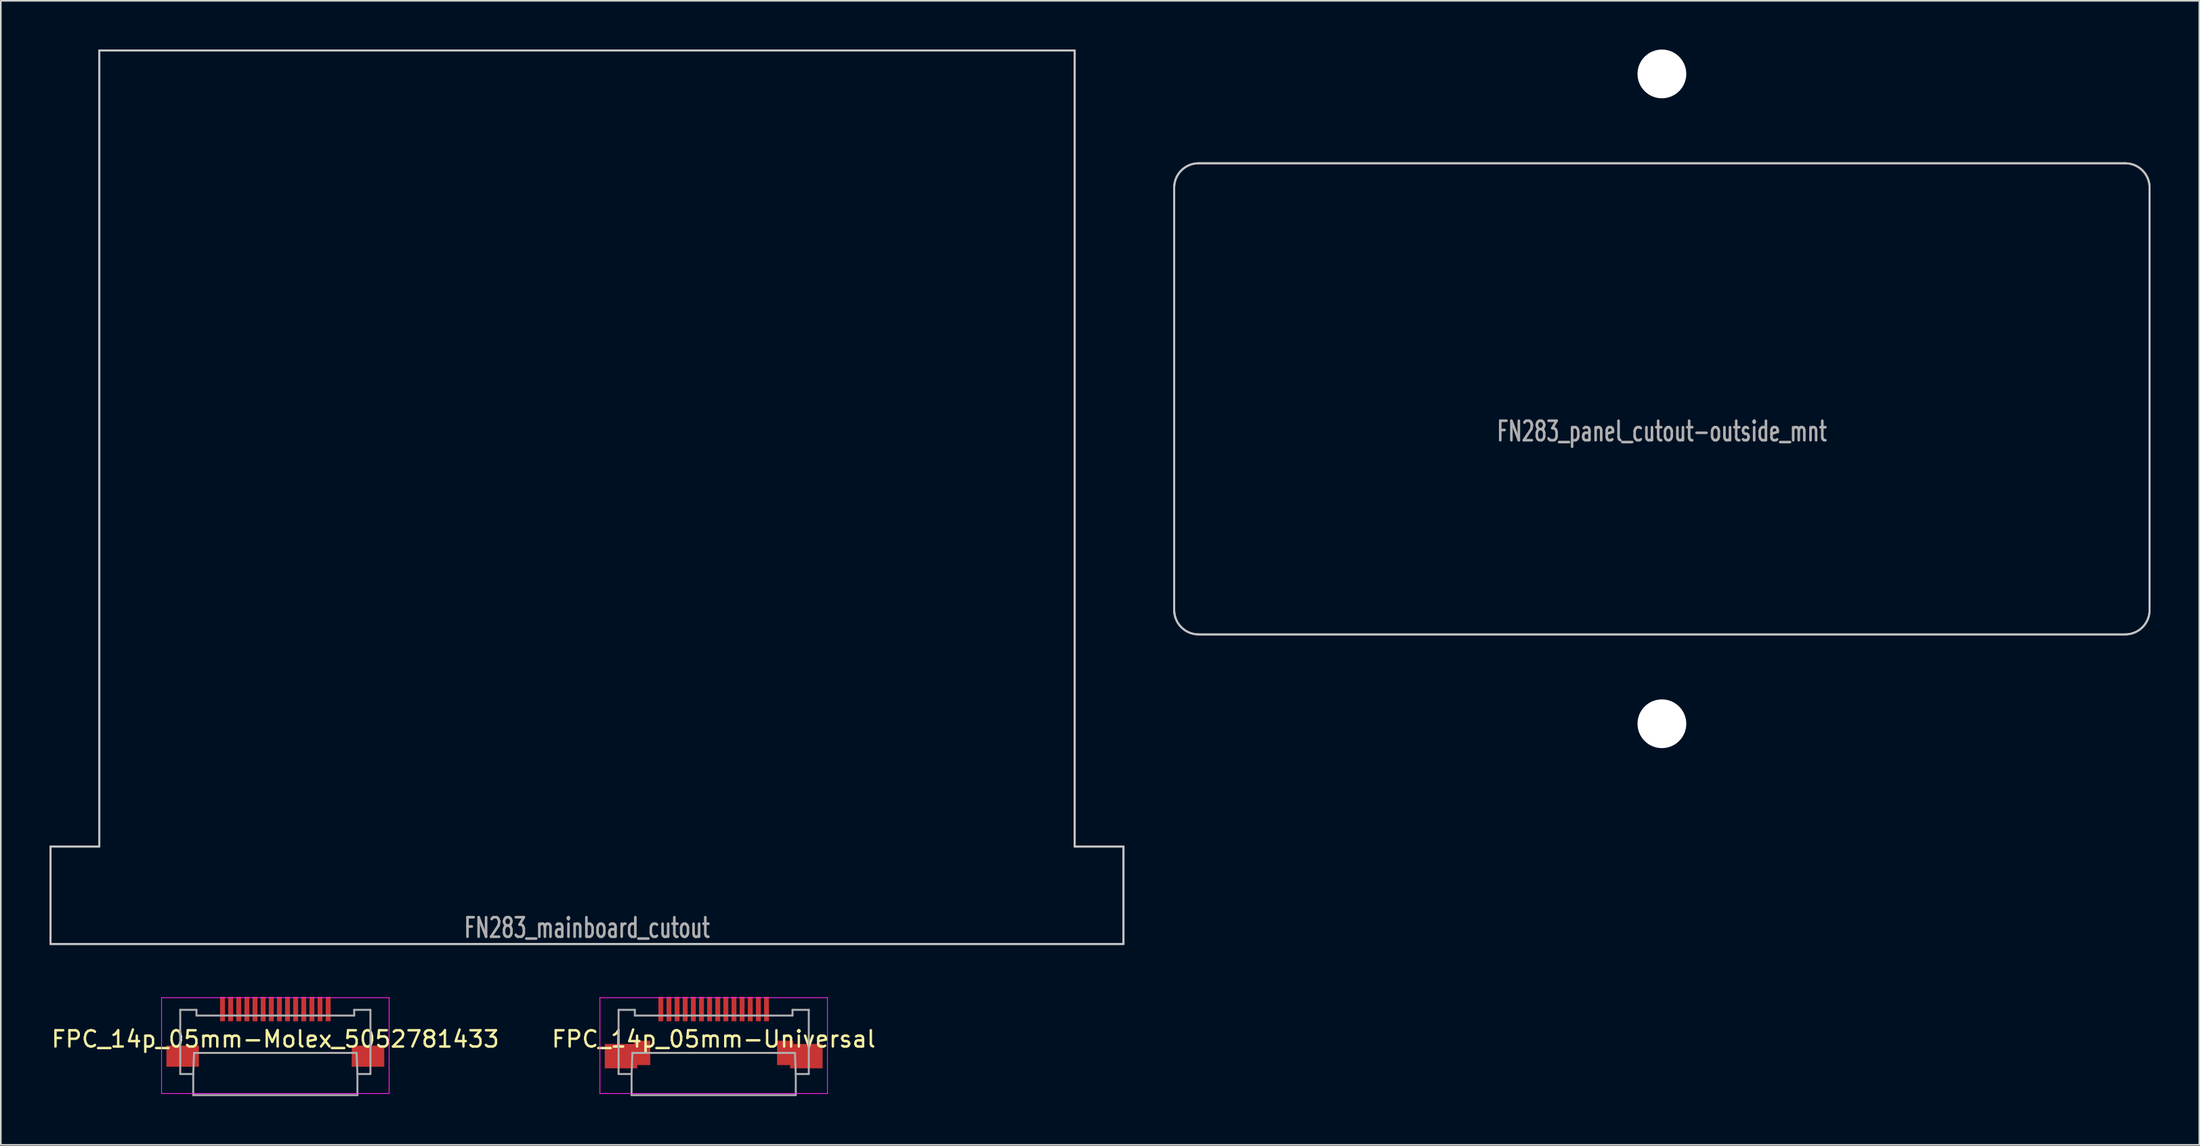
<source format=kicad_pcb>
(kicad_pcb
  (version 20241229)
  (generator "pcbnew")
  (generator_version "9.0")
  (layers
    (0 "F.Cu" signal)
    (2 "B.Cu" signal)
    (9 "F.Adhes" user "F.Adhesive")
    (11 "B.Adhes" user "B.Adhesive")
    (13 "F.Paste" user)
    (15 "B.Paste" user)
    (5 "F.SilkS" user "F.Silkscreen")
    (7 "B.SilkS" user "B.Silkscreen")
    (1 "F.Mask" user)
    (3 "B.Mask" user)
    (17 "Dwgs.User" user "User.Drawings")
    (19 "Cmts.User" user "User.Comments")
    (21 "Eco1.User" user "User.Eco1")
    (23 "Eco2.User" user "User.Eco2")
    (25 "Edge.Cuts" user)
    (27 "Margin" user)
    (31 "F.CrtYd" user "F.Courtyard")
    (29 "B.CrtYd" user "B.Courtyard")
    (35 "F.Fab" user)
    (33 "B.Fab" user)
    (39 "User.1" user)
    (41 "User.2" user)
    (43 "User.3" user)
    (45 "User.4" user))
  (footprint "FN283_panel_cutout-outside_mnt"
    (layer "F.Cu")
    (at 99.18 21.5)
    (property "Reference" "FN283_panel_cutout-outside_mnt" (at 0 2 0) (layer "F.Fab") (effects (font (size 1.2 0.8) (thickness 0.16))))
    (attr through_hole)
    (fp_line (start -30 13) (end -30 -13) (stroke (width 0.12) (type solid)) (layer "Dwgs.User"))
    (fp_line (start -28.5 -14.5) (end 28.5 -14.5) (stroke (width 0.12) (type solid)) (layer "Dwgs.User"))
    (fp_line (start 28.5 14.5) (end -28.5 14.5) (stroke (width 0.12) (type solid)) (layer "Dwgs.User"))
    (fp_line (start 30 -13) (end 30 13) (stroke (width 0.12) (type solid)) (layer "Dwgs.User"))
    (fp_arc (start -30 -13) (mid -29.56066 -14.06066) (end -28.5 -14.5) (stroke (width 0.12) (type solid)) (layer "Dwgs.User"))
    (fp_arc (start -28.5 14.5) (mid -29.56066 14.06066) (end -30 13) (stroke (width 0.12) (type solid)) (layer "Dwgs.User"))
    (fp_arc (start 28.5 -14.5) (mid 29.56066 -14.06066) (end 30 -13) (stroke (width 0.12) (type solid)) (layer "Dwgs.User"))
    (fp_arc (start 30 13) (mid 29.56066 14.06066) (end 28.5 14.5) (stroke (width 0.12) (type solid)) (layer "Dwgs.User"))
    (fp_line (start -30 13) (end -30 -13) (stroke (width 0.12) (type solid)) (layer "Edge.Cuts"))
    (fp_line (start -28.5 -14.5) (end 28.5 -14.5) (stroke (width 0.12) (type solid)) (layer "Edge.Cuts"))
    (fp_line (start 28.5 14.5) (end -28.5 14.5) (stroke (width 0.12) (type solid)) (layer "Edge.Cuts"))
    (fp_line (start 30 -13) (end 30 13) (stroke (width 0.12) (type solid)) (layer "Edge.Cuts"))
    (fp_arc (start -30 -13) (mid -29.56066 -14.06066) (end -28.5 -14.5) (stroke (width 0.12) (type solid)) (layer "Edge.Cuts"))
    (fp_arc (start -28.5 14.5) (mid -29.56066 14.06066) (end -30 13) (stroke (width 0.12) (type solid)) (layer "Edge.Cuts"))
    (fp_arc (start 28.5 -14.5) (mid 29.56066 -14.06066) (end 30 -13) (stroke (width 0.12) (type solid)) (layer "Edge.Cuts"))
    (fp_arc (start 30 13) (mid 29.56066 14.06066) (end 28.5 14.5) (stroke (width 0.12) (type solid)) (layer "Edge.Cuts"))
    (pad "" np_thru_hole circle (at 0 -20) (size 3 3) (drill 3) (layers "*.Cu" "*.Mask"))
    (pad "" np_thru_hole circle (at 0 20) (size 3 3) (drill 3) (layers "*.Cu" "*.Mask")))
  (footprint "FPC_14p_05mm-Universal"
    (layer "F.Cu")
    (at 40.851 59.26)
    (property "Reference" "FPC_14p_05mm-Universal" (at 0 1.65 0) (layer "F.SilkS") (effects (font (size 1 1) (thickness 0.15))))
    (attr smd)
    (fp_line (start -7 -0.9) (end -7 5) (stroke (width 0.05) (type solid)) (layer "F.CrtYd"))
    (fp_line (start -7 -0.9) (end 7 -0.9) (stroke (width 0.05) (type solid)) (layer "F.CrtYd"))
    (fp_line (start -7 5) (end 7 5) (stroke (width 0.05) (type solid)) (layer "F.CrtYd"))
    (fp_line (start 7 -0.9) (end 7 5) (stroke (width 0.05) (type solid)) (layer "F.CrtYd"))
    (fp_line (start -5.85 -0.15) (end -4.85 -0.15) (stroke (width 0.12) (type solid)) (layer "F.Fab"))
    (fp_line (start -5.85 3.8) (end -5.85 -0.15) (stroke (width 0.12) (type solid)) (layer "F.Fab"))
    (fp_line (start -5.85 3.8) (end -5.05 3.8) (stroke (width 0.12) (type solid)) (layer "F.Fab"))
    (fp_line (start -5.05 3.8) (end -5 2.5) (stroke (width 0.12) (type solid)) (layer "F.Fab"))
    (fp_line (start -5.05 5.1) (end -5.05 3.8) (stroke (width 0.12) (type solid)) (layer "F.Fab"))
    (fp_line (start -5 2.5) (end 5 2.5) (stroke (width 0.12) (type solid)) (layer "F.Fab"))
    (fp_line (start -4.85 -0.15) (end -4.85 0.2) (stroke (width 0.12) (type solid)) (layer "F.Fab"))
    (fp_line (start -4.85 0.2) (end 4.85 0.2) (stroke (width 0.12) (type solid)) (layer "F.Fab"))
    (fp_line (start 4.85 -0.15) (end 5.85 -0.15) (stroke (width 0.12) (type solid)) (layer "F.Fab"))
    (fp_line (start 4.85 0.2) (end 4.85 -0.15) (stroke (width 0.12) (type solid)) (layer "F.Fab"))
    (fp_line (start 5 2.5) (end 5.05 3.8) (stroke (width 0.12) (type solid)) (layer "F.Fab"))
    (fp_line (start 5.05 3.8) (end 5.05 5.1) (stroke (width 0.12) (type solid)) (layer "F.Fab"))
    (fp_line (start 5.05 3.8) (end 5.85 3.8) (stroke (width 0.12) (type solid)) (layer "F.Fab"))
    (fp_line (start 5.05 5.1) (end -5.05 5.1) (stroke (width 0.12) (type solid)) (layer "F.Fab"))
    (fp_line (start 5.85 -0.15) (end 5.85 3.8) (stroke (width 0.12) (type solid)) (layer "F.Fab"))
    (pad "1" smd rect (at -3.25 -0.2) (size 0.3 1.5) (layers "F.Cu" "F.Mask" "F.Paste"))
    (pad "2" smd rect (at -2.75 -0.2) (size 0.3 1.5) (layers "F.Cu" "F.Mask" "F.Paste"))
    (pad "3" smd rect (at -2.25 -0.2) (size 0.3 1.5) (layers "F.Cu" "F.Mask" "F.Paste"))
    (pad "4" smd rect (at -1.75 -0.2) (size 0.3 1.5) (layers "F.Cu" "F.Mask" "F.Paste"))
    (pad "5" smd rect (at -1.25 -0.2) (size 0.3 1.5) (layers "F.Cu" "F.Mask" "F.Paste"))
    (pad "6" smd rect (at -0.75 -0.2) (size 0.3 1.5) (layers "F.Cu" "F.Mask" "F.Paste"))
    (pad "7" smd rect (at -0.25 -0.2) (size 0.3 1.5) (layers "F.Cu" "F.Mask" "F.Paste"))
    (pad "8" smd rect (at 0.25 -0.2) (size 0.3 1.5) (layers "F.Cu" "F.Mask" "F.Paste"))
    (pad "9" smd rect (at 0.75 -0.2) (size 0.3 1.5) (layers "F.Cu" "F.Mask" "F.Paste"))
    (pad "10" smd rect (at 1.25 -0.2) (size 0.3 1.5) (layers "F.Cu" "F.Mask" "F.Paste"))
    (pad "11" smd rect (at 1.75 -0.2) (size 0.3 1.5) (layers "F.Cu" "F.Mask" "F.Paste"))
    (pad "12" smd rect (at 2.25 -0.2) (size 0.3 1.5) (layers "F.Cu" "F.Mask" "F.Paste"))
    (pad "13" smd rect (at 2.75 -0.2) (size 0.3 1.5) (layers "F.Cu" "F.Mask" "F.Paste"))
    (pad "14" smd rect (at 3.25 -0.2) (size 0.3 1.5) (layers "F.Cu" "F.Mask" "F.Paste"))
    (pad "15" smd rect (at -5.7 2.7) (size 2 1.5) (layers "F.Cu" "F.Mask" "F.Paste"))
    (pad "15" smd rect (at -4.4 2.5) (size 1 1.5) (layers "F.Cu" "F.Mask" "F.Paste"))
    (pad "16" smd rect (at 4.4 2.5) (size 1 1.5) (layers "F.Cu" "F.Mask" "F.Paste"))
    (pad "16" smd rect (at 5.7 2.7) (size 2 1.5) (layers "F.Cu" "F.Mask" "F.Paste")))
  (footprint "FN283_mainboard_cutout"
    (layer "F.Cu")
    (at 33.06 55.06)
    (property "Reference" "FN283_mainboard_cutout" (at 0 -1 0) (layer "F.Fab") (effects (font (size 1.2 0.8) (thickness 0.16))))
    (attr exclude_from_pos_files exclude_from_bom)
    (fp_line (start -33 -6) (end -33 0) (stroke (width 0.12) (type solid)) (layer "Dwgs.User"))
    (fp_line (start -33 0) (end 33 0) (stroke (width 0.12) (type solid)) (layer "Dwgs.User"))
    (fp_line (start -30 -55) (end -30 -6) (stroke (width 0.12) (type solid)) (layer "Dwgs.User"))
    (fp_line (start -30 -6) (end -33 -6) (stroke (width 0.12) (type solid)) (layer "Dwgs.User"))
    (fp_line (start 30 -55) (end -30 -55) (stroke (width 0.12) (type solid)) (layer "Dwgs.User"))
    (fp_line (start 30 -6) (end 30 -55) (stroke (width 0.12) (type solid)) (layer "Dwgs.User"))
    (fp_line (start 33 -6) (end 30 -6) (stroke (width 0.12) (type solid)) (layer "Dwgs.User"))
    (fp_line (start 33 0) (end 33 -6) (stroke (width 0.12) (type solid)) (layer "Dwgs.User"))
    (fp_line (start -33 -6) (end -33 0) (stroke (width 0.12) (type solid)) (layer "Edge.Cuts"))
    (fp_line (start -33 0) (end 33 0) (stroke (width 0.12) (type solid)) (layer "Edge.Cuts"))
    (fp_line (start -30 -55) (end -30 -6) (stroke (width 0.12) (type solid)) (layer "Edge.Cuts"))
    (fp_line (start -30 -6) (end -33 -6) (stroke (width 0.12) (type solid)) (layer "Edge.Cuts"))
    (fp_line (start 30 -55) (end -30 -55) (stroke (width 0.12) (type solid)) (layer "Edge.Cuts"))
    (fp_line (start 30 -6) (end 30 -55) (stroke (width 0.12) (type solid)) (layer "Edge.Cuts"))
    (fp_line (start 33 -6) (end 30 -6) (stroke (width 0.12) (type solid)) (layer "Edge.Cuts"))
    (fp_line (start 33 0) (end 33 -6) (stroke (width 0.12) (type solid)) (layer "Edge.Cuts")))
  (footprint "FPC_14p_05mm-Molex_5052781433"
    (layer "F.Cu")
    (at 13.887 59.26)
    (property "Reference" "FPC_14p_05mm-Molex_5052781433" (at 0 1.65 0) (layer "F.SilkS") (effects (font (size 1 1) (thickness 0.15))))
    (attr smd)
    (fp_line (start -7 -0.9) (end -7 5) (stroke (width 0.05) (type solid)) (layer "F.CrtYd"))
    (fp_line (start -7 -0.9) (end 7 -0.9) (stroke (width 0.05) (type solid)) (layer "F.CrtYd"))
    (fp_line (start -7 5) (end 7 5) (stroke (width 0.05) (type solid)) (layer "F.CrtYd"))
    (fp_line (start 7 -0.9) (end 7 5) (stroke (width 0.05) (type solid)) (layer "F.CrtYd"))
    (fp_line (start -5.85 -0.15) (end -4.85 -0.15) (stroke (width 0.12) (type solid)) (layer "F.Fab"))
    (fp_line (start -5.85 3.8) (end -5.85 -0.15) (stroke (width 0.12) (type solid)) (layer "F.Fab"))
    (fp_line (start -5.85 3.8) (end -5.05 3.8) (stroke (width 0.12) (type solid)) (layer "F.Fab"))
    (fp_line (start -5.05 3.8) (end -5 2.5) (stroke (width 0.12) (type solid)) (layer "F.Fab"))
    (fp_line (start -5.05 5.1) (end -5.05 3.8) (stroke (width 0.12) (type solid)) (layer "F.Fab"))
    (fp_line (start -5 2.5) (end 5 2.5) (stroke (width 0.12) (type solid)) (layer "F.Fab"))
    (fp_line (start -4.85 -0.15) (end -4.85 0.2) (stroke (width 0.12) (type solid)) (layer "F.Fab"))
    (fp_line (start -4.85 0.2) (end 4.85 0.2) (stroke (width 0.12) (type solid)) (layer "F.Fab"))
    (fp_line (start 4.85 -0.15) (end 5.85 -0.15) (stroke (width 0.12) (type solid)) (layer "F.Fab"))
    (fp_line (start 4.85 0.2) (end 4.85 -0.15) (stroke (width 0.12) (type solid)) (layer "F.Fab"))
    (fp_line (start 5 2.5) (end 5.05 3.8) (stroke (width 0.12) (type solid)) (layer "F.Fab"))
    (fp_line (start 5.05 3.8) (end 5.05 5.1) (stroke (width 0.12) (type solid)) (layer "F.Fab"))
    (fp_line (start 5.05 3.8) (end 5.85 3.8) (stroke (width 0.12) (type solid)) (layer "F.Fab"))
    (fp_line (start 5.05 5.1) (end -5.05 5.1) (stroke (width 0.12) (type solid)) (layer "F.Fab"))
    (fp_line (start 5.85 -0.15) (end 5.85 3.8) (stroke (width 0.12) (type solid)) (layer "F.Fab"))
    (pad "1" smd rect (at -3.25 -0.2) (size 0.3 1.5) (layers "F.Cu" "F.Mask" "F.Paste"))
    (pad "2" smd rect (at -2.75 -0.2) (size 0.3 1.5) (layers "F.Cu" "F.Mask" "F.Paste"))
    (pad "3" smd rect (at -2.25 -0.2) (size 0.3 1.5) (layers "F.Cu" "F.Mask" "F.Paste"))
    (pad "4" smd rect (at -1.75 -0.2) (size 0.3 1.5) (layers "F.Cu" "F.Mask" "F.Paste"))
    (pad "5" smd rect (at -1.25 -0.2) (size 0.3 1.5) (layers "F.Cu" "F.Mask" "F.Paste"))
    (pad "6" smd rect (at -0.75 -0.2) (size 0.3 1.5) (layers "F.Cu" "F.Mask" "F.Paste"))
    (pad "7" smd rect (at -0.25 -0.2) (size 0.3 1.5) (layers "F.Cu" "F.Mask" "F.Paste"))
    (pad "8" smd rect (at 0.25 -0.2) (size 0.3 1.5) (layers "F.Cu" "F.Mask" "F.Paste"))
    (pad "9" smd rect (at 0.75 -0.2) (size 0.3 1.5) (layers "F.Cu" "F.Mask" "F.Paste"))
    (pad "10" smd rect (at 1.25 -0.2) (size 0.3 1.5) (layers "F.Cu" "F.Mask" "F.Paste"))
    (pad "11" smd rect (at 1.75 -0.2) (size 0.3 1.5) (layers "F.Cu" "F.Mask" "F.Paste"))
    (pad "12" smd rect (at 2.25 -0.2) (size 0.3 1.5) (layers "F.Cu" "F.Mask" "F.Paste"))
    (pad "13" smd rect (at 2.75 -0.2) (size 0.3 1.5) (layers "F.Cu" "F.Mask" "F.Paste"))
    (pad "14" smd rect (at 3.25 -0.2) (size 0.3 1.5) (layers "F.Cu" "F.Mask" "F.Paste"))
    (pad "15" smd rect (at -5.7 2.7) (size 2 1.3) (layers "F.Cu" "F.Mask" "F.Paste"))
    (pad "16" smd rect (at 5.7 2.7) (size 2 1.3) (layers "F.Cu" "F.Mask" "F.Paste")))
  (gr_rect
    (start -3 -3)
    (end 132.24 67.42)
    (stroke (width 0.1) (type default))
    (fill no)
    (layer "Edge.Cuts")))
</source>
